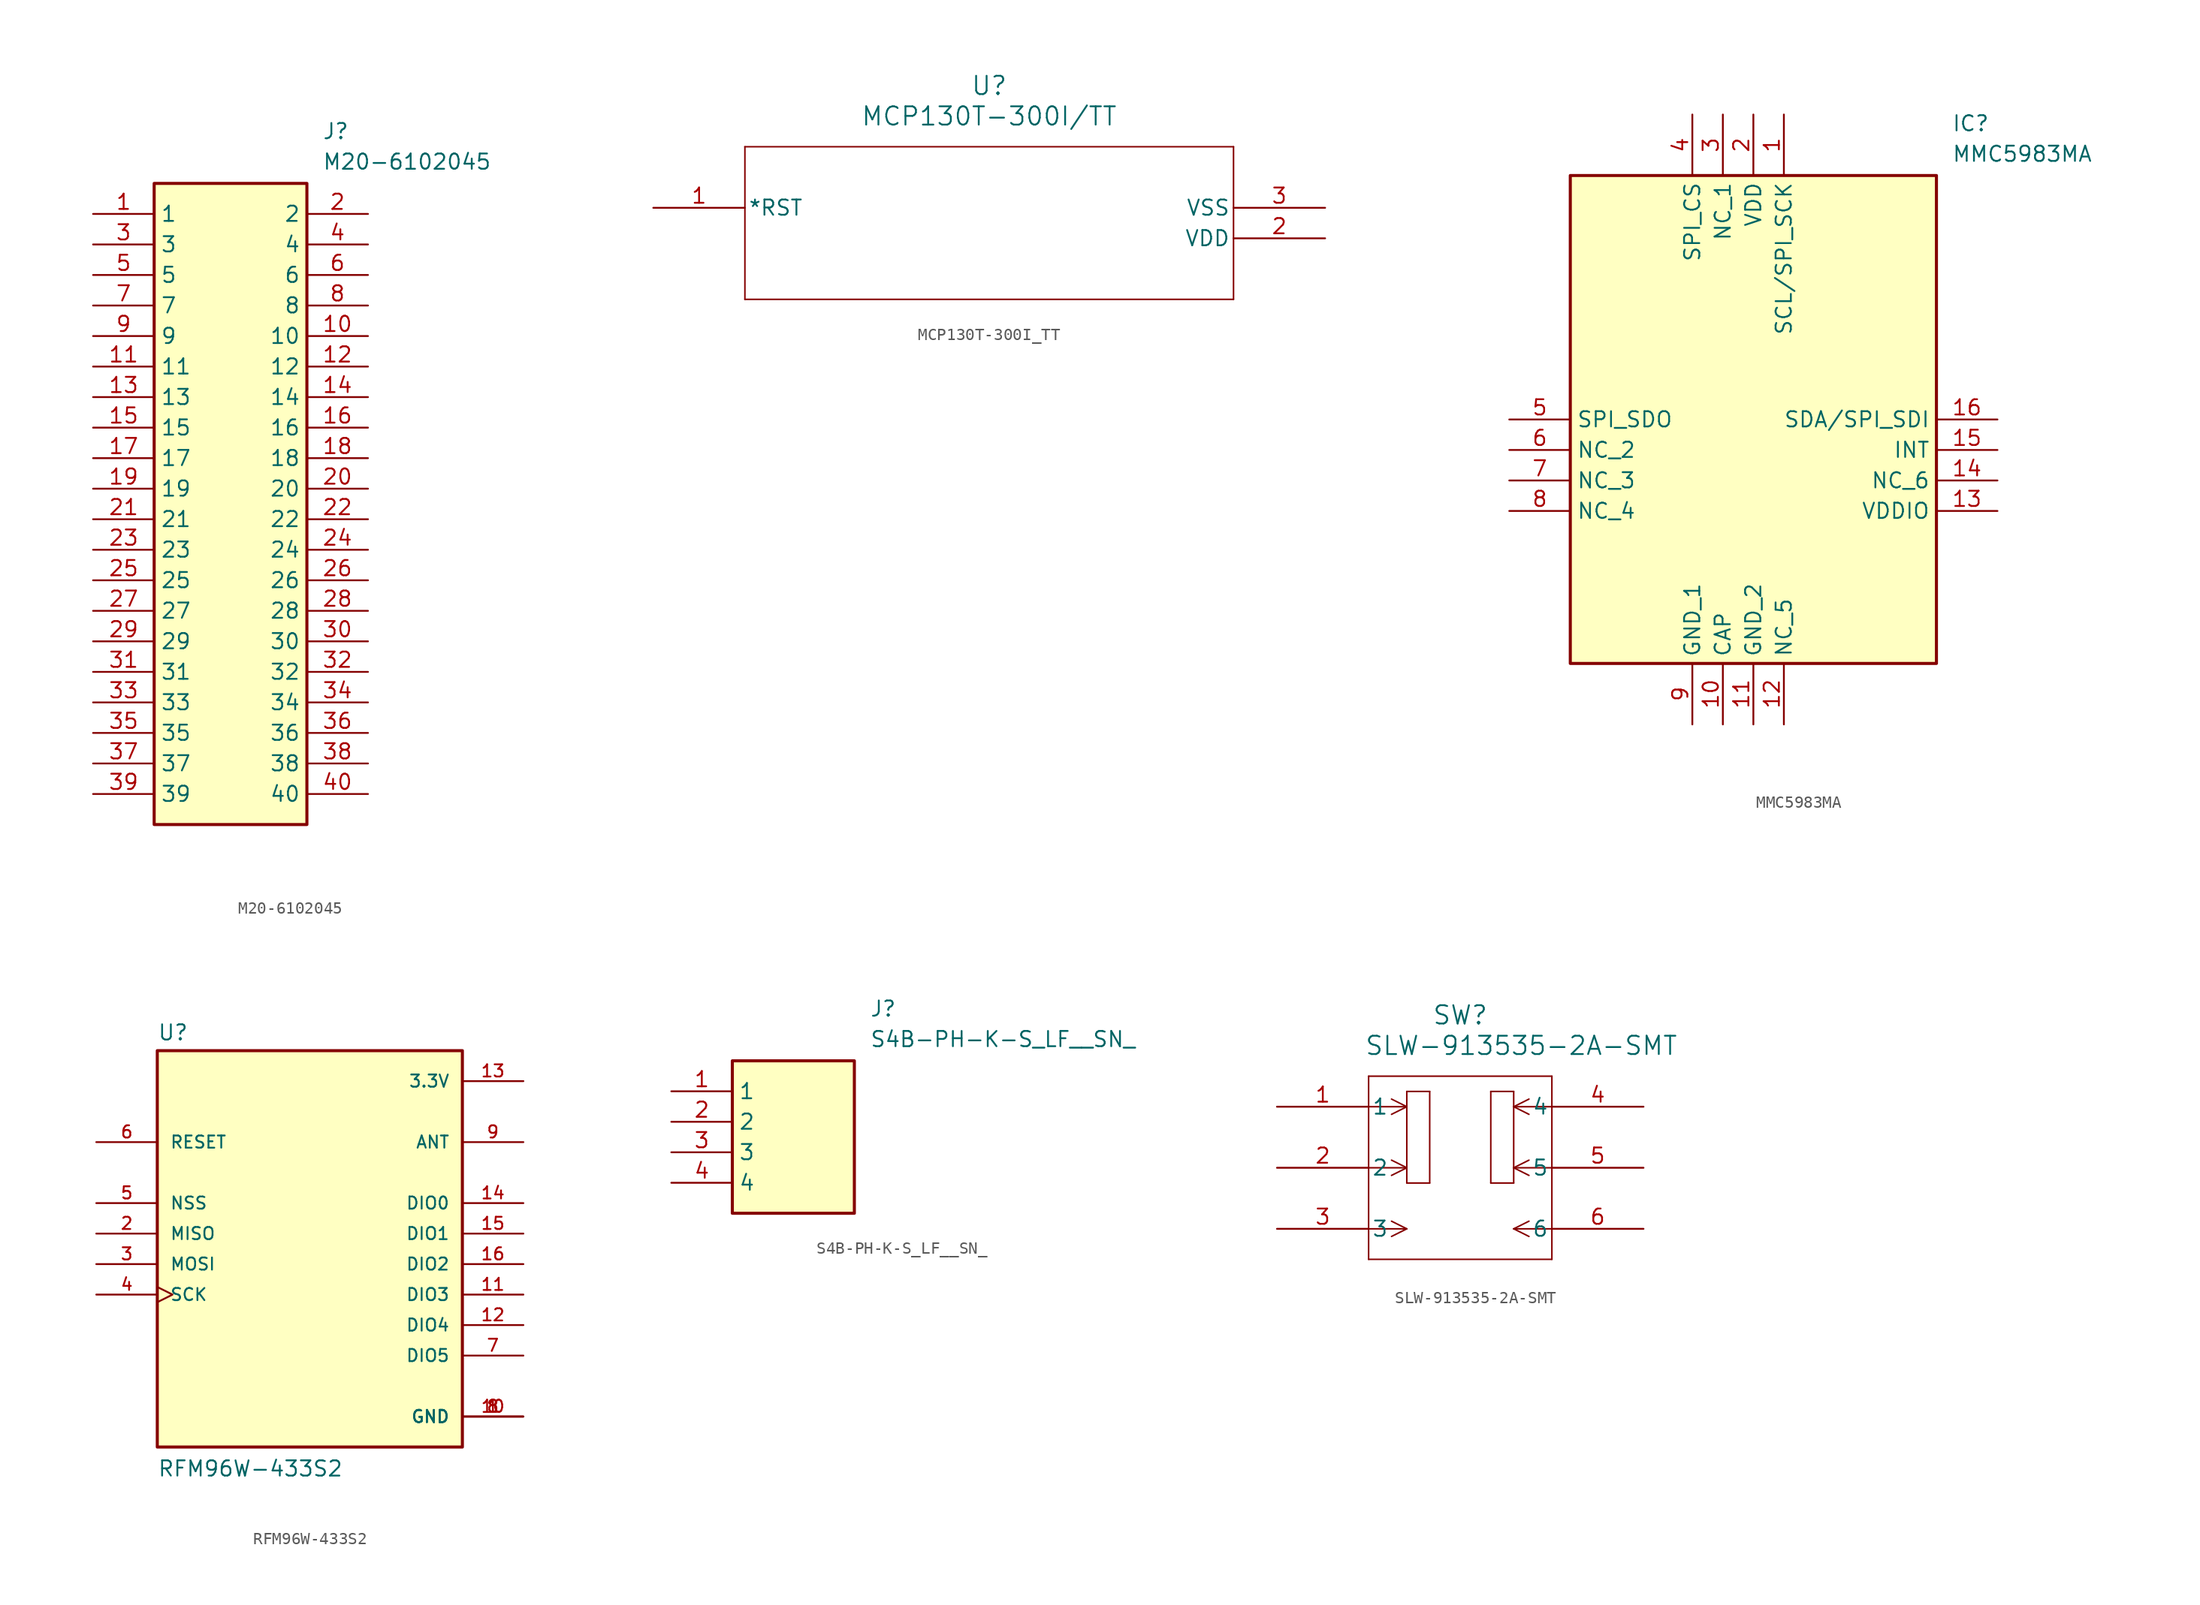
<source format=kicad_sym>
(kicad_symbol_lib
  (version 20241209)
  (generator "kicad_symbol_editor")
  (generator_version "9.0")
  (symbol "M20-6102045"
    (property "Reference" "J"
      (at 19.05 7.62 0)
      (effects (font (size 1.27 1.27)) (justify left top)))
    (property "Value" "M20-6102045"
      (at 19.05 5.08 0)
      (effects (font (size 1.27 1.27)) (justify left top)))
    (symbol "M20-6102045_1_1"
      (rectangle (start 5.08 2.54) (end 17.78 -50.8) (stroke (width 0.254) (type default)) (fill (type background)))
      (pin passive line (at 0 0 0) (length 5.08) (name "1" (effects (font (size 1.27 1.27)))) (number "1" (effects (font (size 1.27 1.27)))))
      (pin passive line (at 0 -2.54 0) (length 5.08) (name "3" (effects (font (size 1.27 1.27)))) (number "3" (effects (font (size 1.27 1.27)))))
      (pin passive line (at 0 -5.08 0) (length 5.08) (name "5" (effects (font (size 1.27 1.27)))) (number "5" (effects (font (size 1.27 1.27)))))
      (pin passive line (at 0 -7.62 0) (length 5.08) (name "7" (effects (font (size 1.27 1.27)))) (number "7" (effects (font (size 1.27 1.27)))))
      (pin passive line (at 0 -10.16 0) (length 5.08) (name "9" (effects (font (size 1.27 1.27)))) (number "9" (effects (font (size 1.27 1.27)))))
      (pin passive line (at 0 -12.7 0) (length 5.08) (name "11" (effects (font (size 1.27 1.27)))) (number "11" (effects (font (size 1.27 1.27)))))
      (pin passive line (at 0 -15.24 0) (length 5.08) (name "13" (effects (font (size 1.27 1.27)))) (number "13" (effects (font (size 1.27 1.27)))))
      (pin passive line (at 0 -17.78 0) (length 5.08) (name "15" (effects (font (size 1.27 1.27)))) (number "15" (effects (font (size 1.27 1.27)))))
      (pin passive line (at 0 -20.32 0) (length 5.08) (name "17" (effects (font (size 1.27 1.27)))) (number "17" (effects (font (size 1.27 1.27)))))
      (pin passive line (at 0 -22.86 0) (length 5.08) (name "19" (effects (font (size 1.27 1.27)))) (number "19" (effects (font (size 1.27 1.27)))))
      (pin passive line (at 0 -25.4 0) (length 5.08) (name "21" (effects (font (size 1.27 1.27)))) (number "21" (effects (font (size 1.27 1.27)))))
      (pin passive line (at 0 -27.94 0) (length 5.08) (name "23" (effects (font (size 1.27 1.27)))) (number "23" (effects (font (size 1.27 1.27)))))
      (pin passive line (at 0 -30.48 0) (length 5.08) (name "25" (effects (font (size 1.27 1.27)))) (number "25" (effects (font (size 1.27 1.27)))))
      (pin passive line (at 0 -33.02 0) (length 5.08) (name "27" (effects (font (size 1.27 1.27)))) (number "27" (effects (font (size 1.27 1.27)))))
      (pin passive line (at 0 -35.56 0) (length 5.08) (name "29" (effects (font (size 1.27 1.27)))) (number "29" (effects (font (size 1.27 1.27)))))
      (pin passive line (at 0 -38.1 0) (length 5.08) (name "31" (effects (font (size 1.27 1.27)))) (number "31" (effects (font (size 1.27 1.27)))))
      (pin passive line (at 0 -40.64 0) (length 5.08) (name "33" (effects (font (size 1.27 1.27)))) (number "33" (effects (font (size 1.27 1.27)))))
      (pin passive line (at 0 -43.18 0) (length 5.08) (name "35" (effects (font (size 1.27 1.27)))) (number "35" (effects (font (size 1.27 1.27)))))
      (pin passive line (at 0 -45.72 0) (length 5.08) (name "37" (effects (font (size 1.27 1.27)))) (number "37" (effects (font (size 1.27 1.27)))))
      (pin passive line (at 0 -48.26 0) (length 5.08) (name "39" (effects (font (size 1.27 1.27)))) (number "39" (effects (font (size 1.27 1.27)))))
      (pin passive line (at 22.86 0 180) (length 5.08) (name "2" (effects (font (size 1.27 1.27)))) (number "2" (effects (font (size 1.27 1.27)))))
      (pin passive line (at 22.86 -2.54 180) (length 5.08) (name "4" (effects (font (size 1.27 1.27)))) (number "4" (effects (font (size 1.27 1.27)))))
      (pin passive line (at 22.86 -5.08 180) (length 5.08) (name "6" (effects (font (size 1.27 1.27)))) (number "6" (effects (font (size 1.27 1.27)))))
      (pin passive line (at 22.86 -7.62 180) (length 5.08) (name "8" (effects (font (size 1.27 1.27)))) (number "8" (effects (font (size 1.27 1.27)))))
      (pin passive line (at 22.86 -10.16 180) (length 5.08) (name "10" (effects (font (size 1.27 1.27)))) (number "10" (effects (font (size 1.27 1.27)))))
      (pin passive line (at 22.86 -12.7 180) (length 5.08) (name "12" (effects (font (size 1.27 1.27)))) (number "12" (effects (font (size 1.27 1.27)))))
      (pin passive line (at 22.86 -15.24 180) (length 5.08) (name "14" (effects (font (size 1.27 1.27)))) (number "14" (effects (font (size 1.27 1.27)))))
      (pin passive line (at 22.86 -17.78 180) (length 5.08) (name "16" (effects (font (size 1.27 1.27)))) (number "16" (effects (font (size 1.27 1.27)))))
      (pin passive line (at 22.86 -20.32 180) (length 5.08) (name "18" (effects (font (size 1.27 1.27)))) (number "18" (effects (font (size 1.27 1.27)))))
      (pin passive line (at 22.86 -22.86 180) (length 5.08) (name "20" (effects (font (size 1.27 1.27)))) (number "20" (effects (font (size 1.27 1.27)))))
      (pin passive line (at 22.86 -25.4 180) (length 5.08) (name "22" (effects (font (size 1.27 1.27)))) (number "22" (effects (font (size 1.27 1.27)))))
      (pin passive line (at 22.86 -27.94 180) (length 5.08) (name "24" (effects (font (size 1.27 1.27)))) (number "24" (effects (font (size 1.27 1.27)))))
      (pin passive line (at 22.86 -30.48 180) (length 5.08) (name "26" (effects (font (size 1.27 1.27)))) (number "26" (effects (font (size 1.27 1.27)))))
      (pin passive line (at 22.86 -33.02 180) (length 5.08) (name "28" (effects (font (size 1.27 1.27)))) (number "28" (effects (font (size 1.27 1.27)))))
      (pin passive line (at 22.86 -35.56 180) (length 5.08) (name "30" (effects (font (size 1.27 1.27)))) (number "30" (effects (font (size 1.27 1.27)))))
      (pin passive line (at 22.86 -38.1 180) (length 5.08) (name "32" (effects (font (size 1.27 1.27)))) (number "32" (effects (font (size 1.27 1.27)))))
      (pin passive line (at 22.86 -40.64 180) (length 5.08) (name "34" (effects (font (size 1.27 1.27)))) (number "34" (effects (font (size 1.27 1.27)))))
      (pin passive line (at 22.86 -43.18 180) (length 5.08) (name "36" (effects (font (size 1.27 1.27)))) (number "36" (effects (font (size 1.27 1.27)))))
      (pin passive line (at 22.86 -45.72 180) (length 5.08) (name "38" (effects (font (size 1.27 1.27)))) (number "38" (effects (font (size 1.27 1.27)))))
      (pin passive line (at 22.86 -48.26 180) (length 5.08) (name "40" (effects (font (size 1.27 1.27)))) (number "40" (effects (font (size 1.27 1.27)))))))
  (symbol "MCP130T-300I_TT"
    (pin_names
      (offset 0.254))
    (property "Reference" "U"
      (at 27.94 10.16 0)
      (effects (font (size 1.524 1.524))))
    (property "Value" "MCP130T-300I/TT"
      (at 27.94 7.62 0)
      (effects (font (size 1.524 1.524))))
    (symbol "MCP130T-300I_TT_0_1"
      (polyline (pts (xy 7.62 5.08) (xy 7.62 -7.62)) (stroke (width 0.127) (type default)) (fill (type none)))
      (polyline (pts (xy 7.62 -7.62) (xy 48.26 -7.62)) (stroke (width 0.127) (type default)) (fill (type none)))
      (polyline (pts (xy 48.26 5.08) (xy 7.62 5.08)) (stroke (width 0.127) (type default)) (fill (type none)))
      (polyline (pts (xy 48.26 -7.62) (xy 48.26 5.08)) (stroke (width 0.127) (type default)) (fill (type none)))
      (pin unspecified line (at 0 0 0) (length 7.62) (name "*RST" (effects (font (size 1.27 1.27)))) (number "1" (effects (font (size 1.27 1.27)))))
      (pin unspecified line (at 55.88 0 180) (length 7.62) (name "VSS" (effects (font (size 1.27 1.27)))) (number "3" (effects (font (size 1.27 1.27)))))
      (pin unspecified line (at 55.88 -2.54 180) (length 7.62) (name "VDD" (effects (font (size 1.27 1.27)))) (number "2" (effects (font (size 1.27 1.27)))))))
  (symbol "MMC5983MA"
    (property "Reference" "IC"
      (at 36.83 25.4 0)
      (effects (font (size 1.27 1.27)) (justify left top)))
    (property "Value" "MMC5983MA"
      (at 36.83 22.86 0)
      (effects (font (size 1.27 1.27)) (justify left top)))
    (symbol "MMC5983MA_1_1"
      (rectangle (start 5.08 20.32) (end 35.56 -20.32) (stroke (width 0.254) (type default)) (fill (type background)))
      (pin passive line (at 0 0 0) (length 5.08) (name "SPI_SDO" (effects (font (size 1.27 1.27)))) (number "5" (effects (font (size 1.27 1.27)))))
      (pin passive line (at 0 -2.54 0) (length 5.08) (name "NC_2" (effects (font (size 1.27 1.27)))) (number "6" (effects (font (size 1.27 1.27)))))
      (pin passive line (at 0 -5.08 0) (length 5.08) (name "NC_3" (effects (font (size 1.27 1.27)))) (number "7" (effects (font (size 1.27 1.27)))))
      (pin passive line (at 0 -7.62 0) (length 5.08) (name "NC_4" (effects (font (size 1.27 1.27)))) (number "8" (effects (font (size 1.27 1.27)))))
      (pin passive line (at 15.24 25.4 270) (length 5.08) (name "SPI_CS" (effects (font (size 1.27 1.27)))) (number "4" (effects (font (size 1.27 1.27)))))
      (pin passive line (at 15.24 -25.4 90) (length 5.08) (name "GND_1" (effects (font (size 1.27 1.27)))) (number "9" (effects (font (size 1.27 1.27)))))
      (pin passive line (at 17.78 25.4 270) (length 5.08) (name "NC_1" (effects (font (size 1.27 1.27)))) (number "3" (effects (font (size 1.27 1.27)))))
      (pin passive line (at 17.78 -25.4 90) (length 5.08) (name "CAP" (effects (font (size 1.27 1.27)))) (number "10" (effects (font (size 1.27 1.27)))))
      (pin passive line (at 20.32 25.4 270) (length 5.08) (name "VDD" (effects (font (size 1.27 1.27)))) (number "2" (effects (font (size 1.27 1.27)))))
      (pin passive line (at 20.32 -25.4 90) (length 5.08) (name "GND_2" (effects (font (size 1.27 1.27)))) (number "11" (effects (font (size 1.27 1.27)))))
      (pin passive line (at 22.86 25.4 270) (length 5.08) (name "SCL/SPI_SCK" (effects (font (size 1.27 1.27)))) (number "1" (effects (font (size 1.27 1.27)))))
      (pin passive line (at 22.86 -25.4 90) (length 5.08) (name "NC_5" (effects (font (size 1.27 1.27)))) (number "12" (effects (font (size 1.27 1.27)))))
      (pin passive line (at 40.64 0 180) (length 5.08) (name "SDA/SPI_SDI" (effects (font (size 1.27 1.27)))) (number "16" (effects (font (size 1.27 1.27)))))
      (pin passive line (at 40.64 -2.54 180) (length 5.08) (name "INT" (effects (font (size 1.27 1.27)))) (number "15" (effects (font (size 1.27 1.27)))))
      (pin passive line (at 40.64 -5.08 180) (length 5.08) (name "NC_6" (effects (font (size 1.27 1.27)))) (number "14" (effects (font (size 1.27 1.27)))))
      (pin passive line (at 40.64 -7.62 180) (length 5.08) (name "VDDIO" (effects (font (size 1.27 1.27)))) (number "13" (effects (font (size 1.27 1.27)))))))
  (symbol "RFM96W-433S2"
    (pin_names
      (offset 1.016))
    (property "Reference" "U"
      (at -12.7 16.002 0)
      (effects (font (size 1.27 1.27)) (justify left bottom)))
    (property "Value" "RFM96W-433S2"
      (at -12.7 -20.32 0)
      (effects (font (size 1.27 1.27)) (justify left bottom)))
    (symbol "RFM96W-433S2_0_0"
      (rectangle (start -12.7 -17.78) (end 12.7 15.24) (stroke (width 0.254) (type default)) (fill (type background)))
      (pin input line (at -17.78 7.62 0) (length 5.08) (name "RESET" (effects (font (size 1.016 1.016)))) (number "6" (effects (font (size 1.016 1.016)))))
      (pin input line (at -17.78 2.54 0) (length 5.08) (name "NSS" (effects (font (size 1.016 1.016)))) (number "5" (effects (font (size 1.016 1.016)))))
      (pin output line (at -17.78 0 0) (length 5.08) (name "MISO" (effects (font (size 1.016 1.016)))) (number "2" (effects (font (size 1.016 1.016)))))
      (pin input line (at -17.78 -2.54 0) (length 5.08) (name "MOSI" (effects (font (size 1.016 1.016)))) (number "3" (effects (font (size 1.016 1.016)))))
      (pin input clock (at -17.78 -5.08 0) (length 5.08) (name "SCK" (effects (font (size 1.016 1.016)))) (number "4" (effects (font (size 1.016 1.016)))))
      (pin power_in line (at 17.78 12.7 180) (length 5.08) (name "3.3V" (effects (font (size 1.016 1.016)))) (number "13" (effects (font (size 1.016 1.016)))))
      (pin bidirectional line (at 17.78 7.62 180) (length 5.08) (name "ANT" (effects (font (size 1.016 1.016)))) (number "9" (effects (font (size 1.016 1.016)))))
      (pin bidirectional line (at 17.78 2.54 180) (length 5.08) (name "DIO0" (effects (font (size 1.016 1.016)))) (number "14" (effects (font (size 1.016 1.016)))))
      (pin bidirectional line (at 17.78 0 180) (length 5.08) (name "DIO1" (effects (font (size 1.016 1.016)))) (number "15" (effects (font (size 1.016 1.016)))))
      (pin bidirectional line (at 17.78 -2.54 180) (length 5.08) (name "DIO2" (effects (font (size 1.016 1.016)))) (number "16" (effects (font (size 1.016 1.016)))))
      (pin bidirectional line (at 17.78 -5.08 180) (length 5.08) (name "DIO3" (effects (font (size 1.016 1.016)))) (number "11" (effects (font (size 1.016 1.016)))))
      (pin bidirectional line (at 17.78 -7.62 180) (length 5.08) (name "DIO4" (effects (font (size 1.016 1.016)))) (number "12" (effects (font (size 1.016 1.016)))))
      (pin bidirectional line (at 17.78 -10.16 180) (length 5.08) (name "DIO5" (effects (font (size 1.016 1.016)))) (number "7" (effects (font (size 1.016 1.016)))))
      (pin power_in line (at 17.78 -15.24 180) (length 5.08) (name "GND" (effects (font (size 1.016 1.016)))) (number "1" (effects (font (size 1.016 1.016)))))
      (pin power_in line (at 17.78 -15.24 180) (length 5.08) (name "GND" (effects (font (size 1.016 1.016)))) (number "10" (effects (font (size 1.016 1.016)))))
      (pin power_in line (at 17.78 -15.24 180) (length 5.08) (name "GND" (effects (font (size 1.016 1.016)))) (number "8" (effects (font (size 1.016 1.016)))))))
  (symbol "S4B-PH-K-S_LF__SN_"
    (property "Reference" "J"
      (at 16.51 7.62 0)
      (effects (font (size 1.27 1.27)) (justify left top)))
    (property "Value" "S4B-PH-K-S_LF__SN_"
      (at 16.51 5.08 0)
      (effects (font (size 1.27 1.27)) (justify left top)))
    (symbol "S4B-PH-K-S_LF__SN__1_1"
      (rectangle (start 5.08 2.54) (end 15.24 -10.16) (stroke (width 0.254) (type default)) (fill (type background)))
      (pin passive line (at 0 0 0) (length 5.08) (name "1" (effects (font (size 1.27 1.27)))) (number "1" (effects (font (size 1.27 1.27)))))
      (pin passive line (at 0 -2.54 0) (length 5.08) (name "2" (effects (font (size 1.27 1.27)))) (number "2" (effects (font (size 1.27 1.27)))))
      (pin passive line (at 0 -5.08 0) (length 5.08) (name "3" (effects (font (size 1.27 1.27)))) (number "3" (effects (font (size 1.27 1.27)))))
      (pin passive line (at 0 -7.62 0) (length 5.08) (name "4" (effects (font (size 1.27 1.27)))) (number "4" (effects (font (size 1.27 1.27)))))))
  (symbol "SLW-913535-2A-SMT"
    (pin_names
      (offset 0.254))
    (property "Reference" "SW"
      (at 15.24 7.62 0)
      (effects (font (size 1.524 1.524))))
    (property "Value" "SLW-913535-2A-SMT"
      (at 20.32 5.08 0)
      (effects (font (size 1.524 1.524))))
    (symbol "SLW-913535-2A-SMT_0_1"
      (polyline (pts (xy 7.62 2.54) (xy 7.62 -12.7)) (stroke (width 0.127) (type default)) (fill (type none)))
      (polyline (pts (xy 7.62 0) (xy 10.795 0)) (stroke (width 0.127) (type default)) (fill (type none)))
      (polyline (pts (xy 7.62 -5.08) (xy 10.795 -5.08)) (stroke (width 0.127) (type default)) (fill (type none)))
      (polyline (pts (xy 7.62 -10.16) (xy 10.795 -10.16)) (stroke (width 0.127) (type default)) (fill (type none)))
      (polyline (pts (xy 7.62 -12.7) (xy 22.86 -12.7)) (stroke (width 0.127) (type default)) (fill (type none)))
      (polyline (pts (xy 9.525 -0.635) (xy 10.795 0)) (stroke (width 0.127) (type default)) (fill (type none)))
      (polyline (pts (xy 9.525 -5.715) (xy 10.795 -5.08)) (stroke (width 0.127) (type default)) (fill (type none)))
      (polyline (pts (xy 9.525 -10.795) (xy 10.795 -10.16)) (stroke (width 0.127) (type default)) (fill (type none)))
      (polyline (pts (xy 10.795 1.27) (xy 10.795 -6.35)) (stroke (width 0.127) (type default)) (fill (type none)))
      (polyline (pts (xy 10.795 1.27) (xy 12.7 1.27)) (stroke (width 0.127) (type default)) (fill (type none)))
      (polyline (pts (xy 10.795 0) (xy 9.525 0.635)) (stroke (width 0.127) (type default)) (fill (type none)))
      (polyline (pts (xy 10.795 -5.08) (xy 9.525 -4.445)) (stroke (width 0.127) (type default)) (fill (type none)))
      (polyline (pts (xy 10.795 -6.35) (xy 12.7 -6.35)) (stroke (width 0.127) (type default)) (fill (type none)))
      (polyline (pts (xy 10.795 -10.16) (xy 9.525 -9.525)) (stroke (width 0.127) (type default)) (fill (type none)))
      (polyline (pts (xy 12.7 -6.35) (xy 12.7 1.27)) (stroke (width 0.127) (type default)) (fill (type none)))
      (polyline (pts (xy 17.78 1.27) (xy 17.78 -6.35)) (stroke (width 0.127) (type default)) (fill (type none)))
      (polyline (pts (xy 17.78 1.27) (xy 19.685 1.27)) (stroke (width 0.127) (type default)) (fill (type none)))
      (polyline (pts (xy 17.78 -6.35) (xy 19.685 -6.35)) (stroke (width 0.127) (type default)) (fill (type none)))
      (polyline (pts (xy 19.685 0) (xy 20.955 0.635)) (stroke (width 0.127) (type default)) (fill (type none)))
      (polyline (pts (xy 19.685 -5.08) (xy 20.955 -4.445)) (stroke (width 0.127) (type default)) (fill (type none)))
      (polyline (pts (xy 19.685 -6.35) (xy 19.685 1.27)) (stroke (width 0.127) (type default)) (fill (type none)))
      (polyline (pts (xy 19.685 -10.16) (xy 20.955 -9.525)) (stroke (width 0.127) (type default)) (fill (type none)))
      (polyline (pts (xy 20.955 -0.635) (xy 19.685 0)) (stroke (width 0.127) (type default)) (fill (type none)))
      (polyline (pts (xy 20.955 -5.715) (xy 19.685 -5.08)) (stroke (width 0.127) (type default)) (fill (type none)))
      (polyline (pts (xy 20.955 -10.795) (xy 19.685 -10.16)) (stroke (width 0.127) (type default)) (fill (type none)))
      (polyline (pts (xy 22.86 2.54) (xy 7.62 2.54)) (stroke (width 0.127) (type default)) (fill (type none)))
      (polyline (pts (xy 22.86 0) (xy 19.685 0)) (stroke (width 0.127) (type default)) (fill (type none)))
      (polyline (pts (xy 22.86 -5.08) (xy 19.685 -5.08)) (stroke (width 0.127) (type default)) (fill (type none)))
      (polyline (pts (xy 22.86 -10.16) (xy 19.685 -10.16)) (stroke (width 0.127) (type default)) (fill (type none)))
      (polyline (pts (xy 22.86 -12.7) (xy 22.86 2.54)) (stroke (width 0.127) (type default)) (fill (type none)))
      (pin unspecified line (at 0 0 0) (length 7.62) (name "1" (effects (font (size 1.27 1.27)))) (number "1" (effects (font (size 1.27 1.27)))))
      (pin unspecified line (at 0 -5.08 0) (length 7.62) (name "2" (effects (font (size 1.27 1.27)))) (number "2" (effects (font (size 1.27 1.27)))))
      (pin unspecified line (at 0 -10.16 0) (length 7.62) (name "3" (effects (font (size 1.27 1.27)))) (number "3" (effects (font (size 1.27 1.27)))))
      (pin unspecified line (at 30.48 0 180) (length 7.62) (name "4" (effects (font (size 1.27 1.27)))) (number "4" (effects (font (size 1.27 1.27)))))
      (pin unspecified line (at 30.48 -5.08 180) (length 7.62) (name "5" (effects (font (size 1.27 1.27)))) (number "5" (effects (font (size 1.27 1.27)))))
      (pin unspecified line (at 30.48 -10.16 180) (length 7.62) (name "6" (effects (font (size 1.27 1.27)))) (number "6" (effects (font (size 1.27 1.27))))))))
</source>
